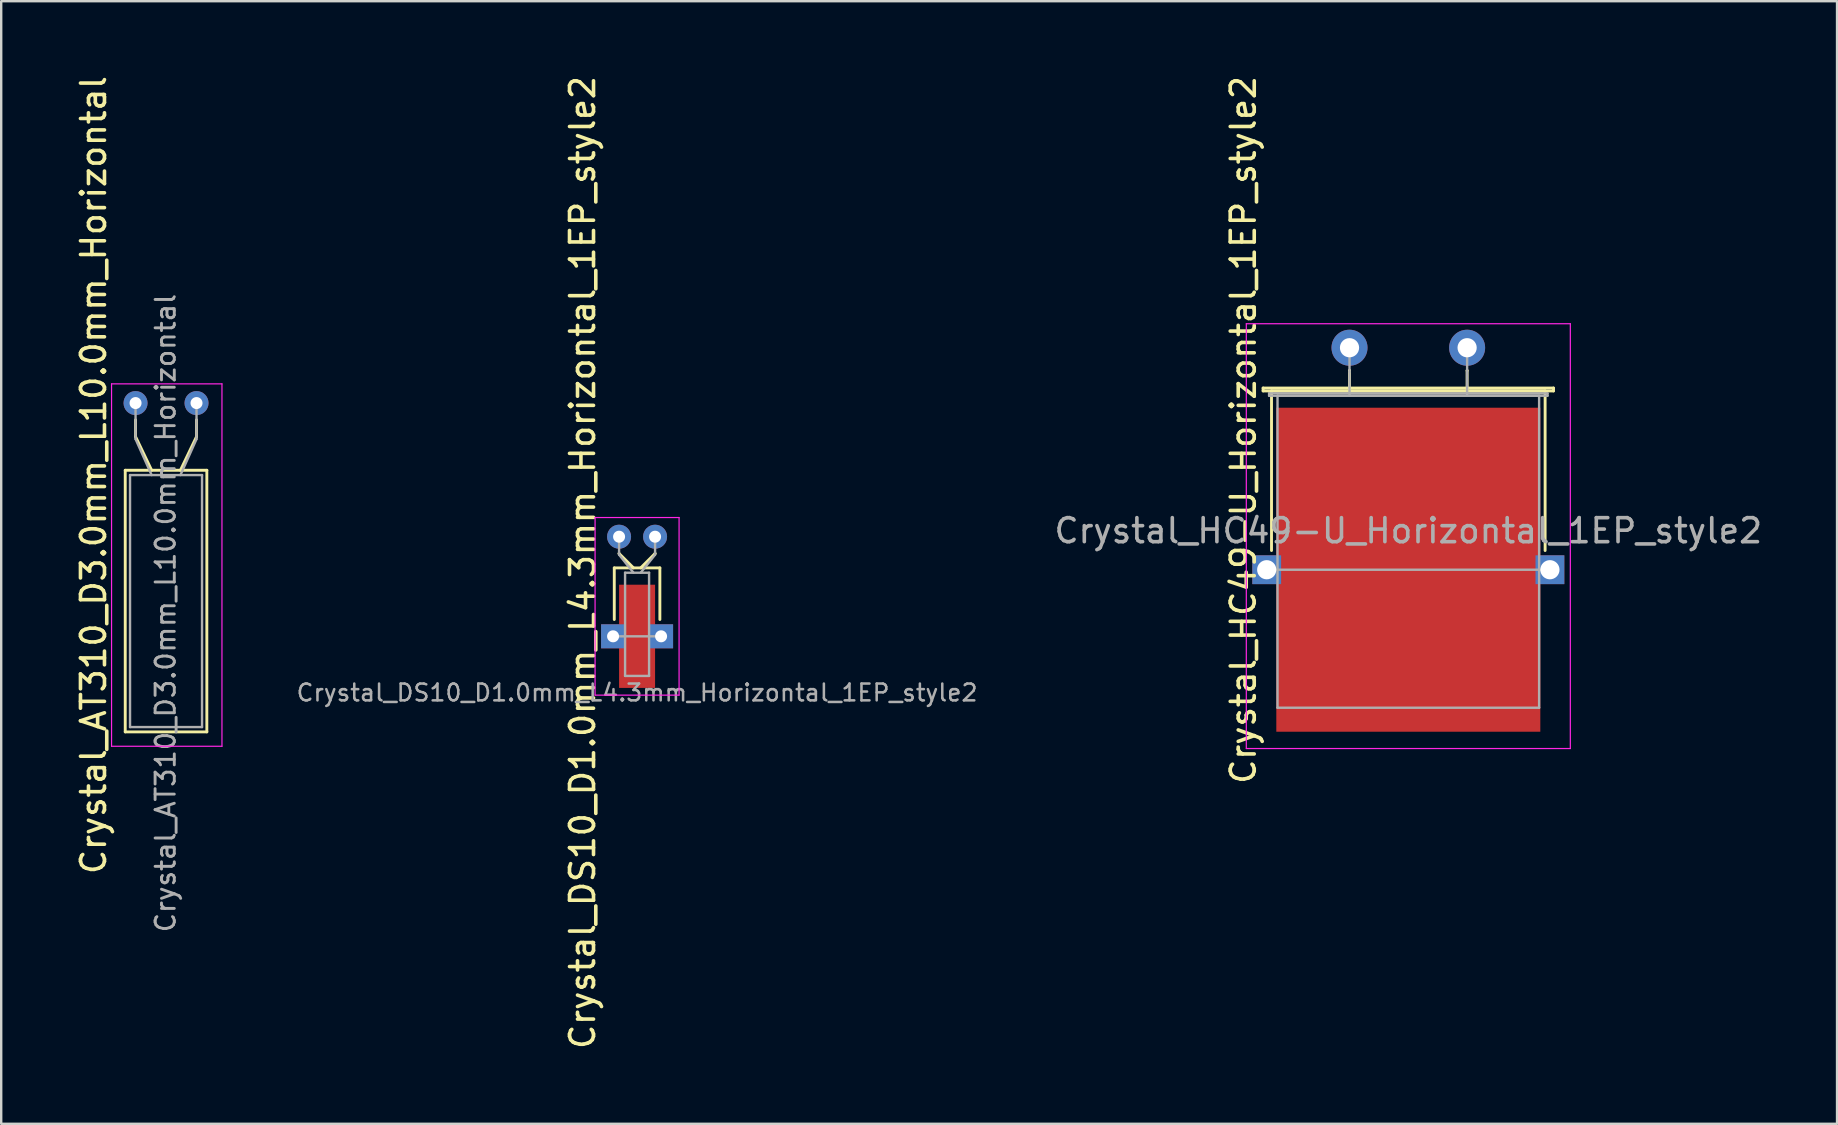
<source format=kicad_pcb>
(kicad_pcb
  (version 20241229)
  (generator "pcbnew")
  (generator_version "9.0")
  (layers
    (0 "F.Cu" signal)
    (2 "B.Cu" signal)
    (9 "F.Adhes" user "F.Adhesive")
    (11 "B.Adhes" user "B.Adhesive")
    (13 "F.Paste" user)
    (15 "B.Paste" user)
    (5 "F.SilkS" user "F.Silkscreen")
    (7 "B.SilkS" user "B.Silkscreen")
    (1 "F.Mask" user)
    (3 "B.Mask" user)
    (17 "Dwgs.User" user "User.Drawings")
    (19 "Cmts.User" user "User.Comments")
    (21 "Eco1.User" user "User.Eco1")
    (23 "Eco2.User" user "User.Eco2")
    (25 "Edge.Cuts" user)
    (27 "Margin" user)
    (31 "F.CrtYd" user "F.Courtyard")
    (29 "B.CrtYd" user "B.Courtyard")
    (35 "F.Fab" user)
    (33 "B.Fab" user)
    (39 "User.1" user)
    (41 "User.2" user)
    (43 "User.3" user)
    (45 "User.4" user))
  (footprint "Crystal_AT310_D3.0mm_L10.0mm_Horizontal"
    (layer "F.Cu")
    (at 2.598 13.744)
    (property "Reference" "Crystal_AT310_D3.0mm_L10.0mm_Horizontal" (at -1.75 3 90) (layer "F.SilkS") (effects (font (size 1 1) (thickness 0.15))))
    (attr through_hole)
    (fp_line (start -0.43 2.8) (end -0.43 13.7) (stroke (width 0.12) (type solid)) (layer "F.SilkS"))
    (fp_line (start -0.43 13.7) (end 2.97 13.7) (stroke (width 0.12) (type solid)) (layer "F.SilkS"))
    (fp_line (start 0 1.4) (end 0 0.7) (stroke (width 0.12) (type solid)) (layer "F.SilkS"))
    (fp_line (start 0.67 2.8) (end 0 1.4) (stroke (width 0.12) (type solid)) (layer "F.SilkS"))
    (fp_line (start 1.87 2.8) (end 2.54 1.4) (stroke (width 0.12) (type solid)) (layer "F.SilkS"))
    (fp_line (start 2.54 1.4) (end 2.54 0.7) (stroke (width 0.12) (type solid)) (layer "F.SilkS"))
    (fp_line (start 2.97 2.8) (end -0.43 2.8) (stroke (width 0.12) (type solid)) (layer "F.SilkS"))
    (fp_line (start 2.97 13.7) (end 2.97 2.8) (stroke (width 0.12) (type solid)) (layer "F.SilkS"))
    (fp_line (start -1 -0.8) (end -1 14.3) (stroke (width 0.05) (type solid)) (layer "F.CrtYd"))
    (fp_line (start -1 14.3) (end 3.6 14.3) (stroke (width 0.05) (type solid)) (layer "F.CrtYd"))
    (fp_line (start 3.6 -0.8) (end -1 -0.8) (stroke (width 0.05) (type solid)) (layer "F.CrtYd"))
    (fp_line (start 3.6 14.3) (end 3.6 -0.8) (stroke (width 0.05) (type solid)) (layer "F.CrtYd"))
    (fp_line (start -0.23 3) (end -0.23 13.5) (stroke (width 0.1) (type solid)) (layer "F.Fab"))
    (fp_line (start -0.23 13.5) (end 2.77 13.5) (stroke (width 0.1) (type solid)) (layer "F.Fab"))
    (fp_line (start 0 1.5) (end 0 0) (stroke (width 0.1) (type solid)) (layer "F.Fab"))
    (fp_line (start 0.67 3) (end 0 1.5) (stroke (width 0.1) (type solid)) (layer "F.Fab"))
    (fp_line (start 1.87 3) (end 2.54 1.5) (stroke (width 0.1) (type solid)) (layer "F.Fab"))
    (fp_line (start 2.54 1.5) (end 2.54 0) (stroke (width 0.1) (type solid)) (layer "F.Fab"))
    (fp_line (start 2.77 3) (end -0.23 3) (stroke (width 0.1) (type solid)) (layer "F.Fab"))
    (fp_line (start 2.77 13.5) (end 2.77 3) (stroke (width 0.1) (type solid)) (layer "F.Fab"))
    (fp_text user "${REFERENCE}" (at 1.25 8.75 90) (layer "F.Fab") (effects (font (size 0.8 0.8) (thickness 0.12))))
    (pad "1" thru_hole circle (at 0 0) (size 1 1) (drill 0.5) (layers "*.Cu" "*.Mask"))
    (pad "2" thru_hole circle (at 2.54 0) (size 1 1) (drill 0.5) (layers "*.Cu" "*.Mask")))
  (footprint "Crystal_DS10_D1.0mm_L4.3mm_Horizontal_1EP_style2"
    (layer "F.Cu")
    (at 22.744 19.312)
    (property "Reference" "Crystal_DS10_D1.0mm_L4.3mm_Horizontal_1EP_style2" (at -1.52 1.075 90) (layer "F.SilkS") (effects (font (size 1 1) (thickness 0.15))))
    (attr through_hole)
    (fp_line (start -0.2 1.3) (end 1.7 1.3) (stroke (width 0.12) (type solid)) (layer "F.SilkS"))
    (fp_line (start -0.2 3.45) (end -0.2 1.3) (stroke (width 0.12) (type solid)) (layer "F.SilkS"))
    (fp_line (start 0 0.7) (end 0 0.7) (stroke (width 0.12) (type solid)) (layer "F.SilkS"))
    (fp_line (start 0.6 1.3) (end 0 0.7) (stroke (width 0.12) (type solid)) (layer "F.SilkS"))
    (fp_line (start 0.9 1.3) (end 1.5 0.7) (stroke (width 0.12) (type solid)) (layer "F.SilkS"))
    (fp_line (start 1.5 0.7) (end 1.5 0.7) (stroke (width 0.12) (type solid)) (layer "F.SilkS"))
    (fp_line (start 1.7 1.3) (end 1.7 3.45) (stroke (width 0.12) (type solid)) (layer "F.SilkS"))
    (fp_line (start -1 -0.8) (end -1 6.6) (stroke (width 0.05) (type solid)) (layer "F.CrtYd"))
    (fp_line (start -1 6.6) (end 2.5 6.6) (stroke (width 0.05) (type solid)) (layer "F.CrtYd"))
    (fp_line (start 2.5 -0.8) (end -1 -0.8) (stroke (width 0.05) (type solid)) (layer "F.CrtYd"))
    (fp_line (start 2.5 6.6) (end 2.5 -0.8) (stroke (width 0.05) (type solid)) (layer "F.CrtYd"))
    (fp_line (start -0.25 4.15) (end 1.75 4.15) (stroke (width 0.1) (type solid)) (layer "F.Fab"))
    (fp_line (start 0 0.75) (end 0 0) (stroke (width 0.1) (type solid)) (layer "F.Fab"))
    (fp_line (start 0.25 1.5) (end 0.25 5.8) (stroke (width 0.1) (type solid)) (layer "F.Fab"))
    (fp_line (start 0.25 5.8) (end 1.25 5.8) (stroke (width 0.1) (type solid)) (layer "F.Fab"))
    (fp_line (start 0.6 1.5) (end 0 0.75) (stroke (width 0.1) (type solid)) (layer "F.Fab"))
    (fp_line (start 0.9 1.5) (end 1.5 0.75) (stroke (width 0.1) (type solid)) (layer "F.Fab"))
    (fp_line (start 1.25 1.5) (end 0.25 1.5) (stroke (width 0.1) (type solid)) (layer "F.Fab"))
    (fp_line (start 1.25 5.8) (end 1.25 1.5) (stroke (width 0.1) (type solid)) (layer "F.Fab"))
    (fp_line (start 1.5 0.75) (end 1.5 0) (stroke (width 0.1) (type solid)) (layer "F.Fab"))
    (fp_text user "${REFERENCE}" (at 0.75 6.5 180) (layer "F.Fab") (effects (font (size 0.7 0.7) (thickness 0.105))))
    (pad "1" thru_hole circle (at 0 0) (size 1 1) (drill 0.5) (layers "*.Cu" "*.Mask"))
    (pad "2" thru_hole circle (at 1.5 0) (size 1 1) (drill 0.5) (layers "*.Cu" "*.Mask"))
    (pad "3" thru_hole rect (at -0.25 4.15) (size 1 1) (drill 0.5) (layers "*.Cu" "*.Mask"))
    (pad "3" smd rect (at 0.75 4.15) (size 1.5 4.3) (layers "F.Cu" "F.Mask" "F.Paste"))
    (pad "3" thru_hole rect (at 1.75 4.15) (size 1 1) (drill 0.5) (layers "*.Cu" "*.Mask")))
  (footprint "Crystal_HC49-U_Horizontal_1EP_style2"
    (layer "F.Cu")
    (at 53.178 11.438)
    (property "Reference" "Crystal_HC49-U_Horizontal_1EP_style2" (at -4.425 3.425 90) (layer "F.SilkS") (effects (font (size 1 1) (thickness 0.15))))
    (attr through_hole)
    (fp_line (start -3.6 1.68) (end 8.5 1.68) (stroke (width 0.12) (type solid)) (layer "F.SilkS"))
    (fp_line (start -3.6 1.8) (end -3.6 1.68) (stroke (width 0.12) (type solid)) (layer "F.SilkS"))
    (fp_line (start -3.25 1.8) (end 8.15 1.8) (stroke (width 0.12) (type solid)) (layer "F.SilkS"))
    (fp_line (start -3.25 8.45) (end -3.25 1.8) (stroke (width 0.12) (type solid)) (layer "F.SilkS"))
    (fp_line (start 0 0.95) (end 0 0.95) (stroke (width 0.12) (type solid)) (layer "F.SilkS"))
    (fp_line (start 0 1.8) (end 0 0.95) (stroke (width 0.12) (type solid)) (layer "F.SilkS"))
    (fp_line (start 4.9 0.95) (end 4.9 0.95) (stroke (width 0.12) (type solid)) (layer "F.SilkS"))
    (fp_line (start 4.9 1.8) (end 4.9 0.95) (stroke (width 0.12) (type solid)) (layer "F.SilkS"))
    (fp_line (start 8.15 1.8) (end 8.15 8.45) (stroke (width 0.12) (type solid)) (layer "F.SilkS"))
    (fp_line (start 8.5 1.68) (end 8.5 1.8) (stroke (width 0.12) (type solid)) (layer "F.SilkS"))
    (fp_line (start 8.5 1.8) (end -3.6 1.8) (stroke (width 0.12) (type solid)) (layer "F.SilkS"))
    (fp_line (start -4.3 -1) (end -4.3 16.7) (stroke (width 0.05) (type solid)) (layer "F.CrtYd"))
    (fp_line (start -4.3 16.7) (end 9.2 16.7) (stroke (width 0.05) (type solid)) (layer "F.CrtYd"))
    (fp_line (start 9.2 -1) (end -4.3 -1) (stroke (width 0.05) (type solid)) (layer "F.CrtYd"))
    (fp_line (start 9.2 16.7) (end 9.2 -1) (stroke (width 0.05) (type solid)) (layer "F.CrtYd"))
    (fp_line (start -3.45 9.25) (end 8.35 9.25) (stroke (width 0.1) (type solid)) (layer "F.Fab"))
    (fp_line (start -3.35 1.9) (end 8.25 1.9) (stroke (width 0.1) (type solid)) (layer "F.Fab"))
    (fp_line (start -3.35 2) (end -3.35 1.9) (stroke (width 0.1) (type solid)) (layer "F.Fab"))
    (fp_line (start -3 2) (end -3 15) (stroke (width 0.1) (type solid)) (layer "F.Fab"))
    (fp_line (start -3 15) (end 7.9 15) (stroke (width 0.1) (type solid)) (layer "F.Fab"))
    (fp_line (start 0 1) (end 0 0) (stroke (width 0.1) (type solid)) (layer "F.Fab"))
    (fp_line (start 0 2) (end 0 1) (stroke (width 0.1) (type solid)) (layer "F.Fab"))
    (fp_line (start 4.9 1) (end 4.9 0) (stroke (width 0.1) (type solid)) (layer "F.Fab"))
    (fp_line (start 4.9 2) (end 4.9 1) (stroke (width 0.1) (type solid)) (layer "F.Fab"))
    (fp_line (start 7.9 2) (end -3 2) (stroke (width 0.1) (type solid)) (layer "F.Fab"))
    (fp_line (start 7.9 15) (end 7.9 2) (stroke (width 0.1) (type solid)) (layer "F.Fab"))
    (fp_line (start 8.25 1.9) (end 8.25 2) (stroke (width 0.1) (type solid)) (layer "F.Fab"))
    (fp_line (start 8.25 2) (end -3.35 2) (stroke (width 0.1) (type solid)) (layer "F.Fab"))
    (fp_text user "${REFERENCE}" (at 2.45 7.625 0) (layer "F.Fab") (effects (font (size 1 1) (thickness 0.15))))
    (pad "1" thru_hole circle (at 0 0) (size 1.5 1.5) (drill 0.8) (layers "*.Cu" "*.Mask"))
    (pad "2" thru_hole circle (at 4.9 0) (size 1.5 1.5) (drill 0.8) (layers "*.Cu" "*.Mask"))
    (pad "3" thru_hole rect (at -3.45 9.25) (size 1.2 1.2) (drill 0.8) (layers "*.Cu" "*.Mask"))
    (pad "3" smd rect (at 2.45 9.25) (size 11 13.5) (layers "F.Cu" "F.Mask" "F.Paste"))
    (pad "3" thru_hole rect (at 8.35 9.25) (size 1.2 1.2) (drill 0.8) (layers "*.Cu" "*.Mask")))
  (gr_rect
    (start -3 -3)
    (end 73.491 43.774)
    (stroke (width 0.1) (type default))
    (fill no)
    (layer "Edge.Cuts")))
</source>
